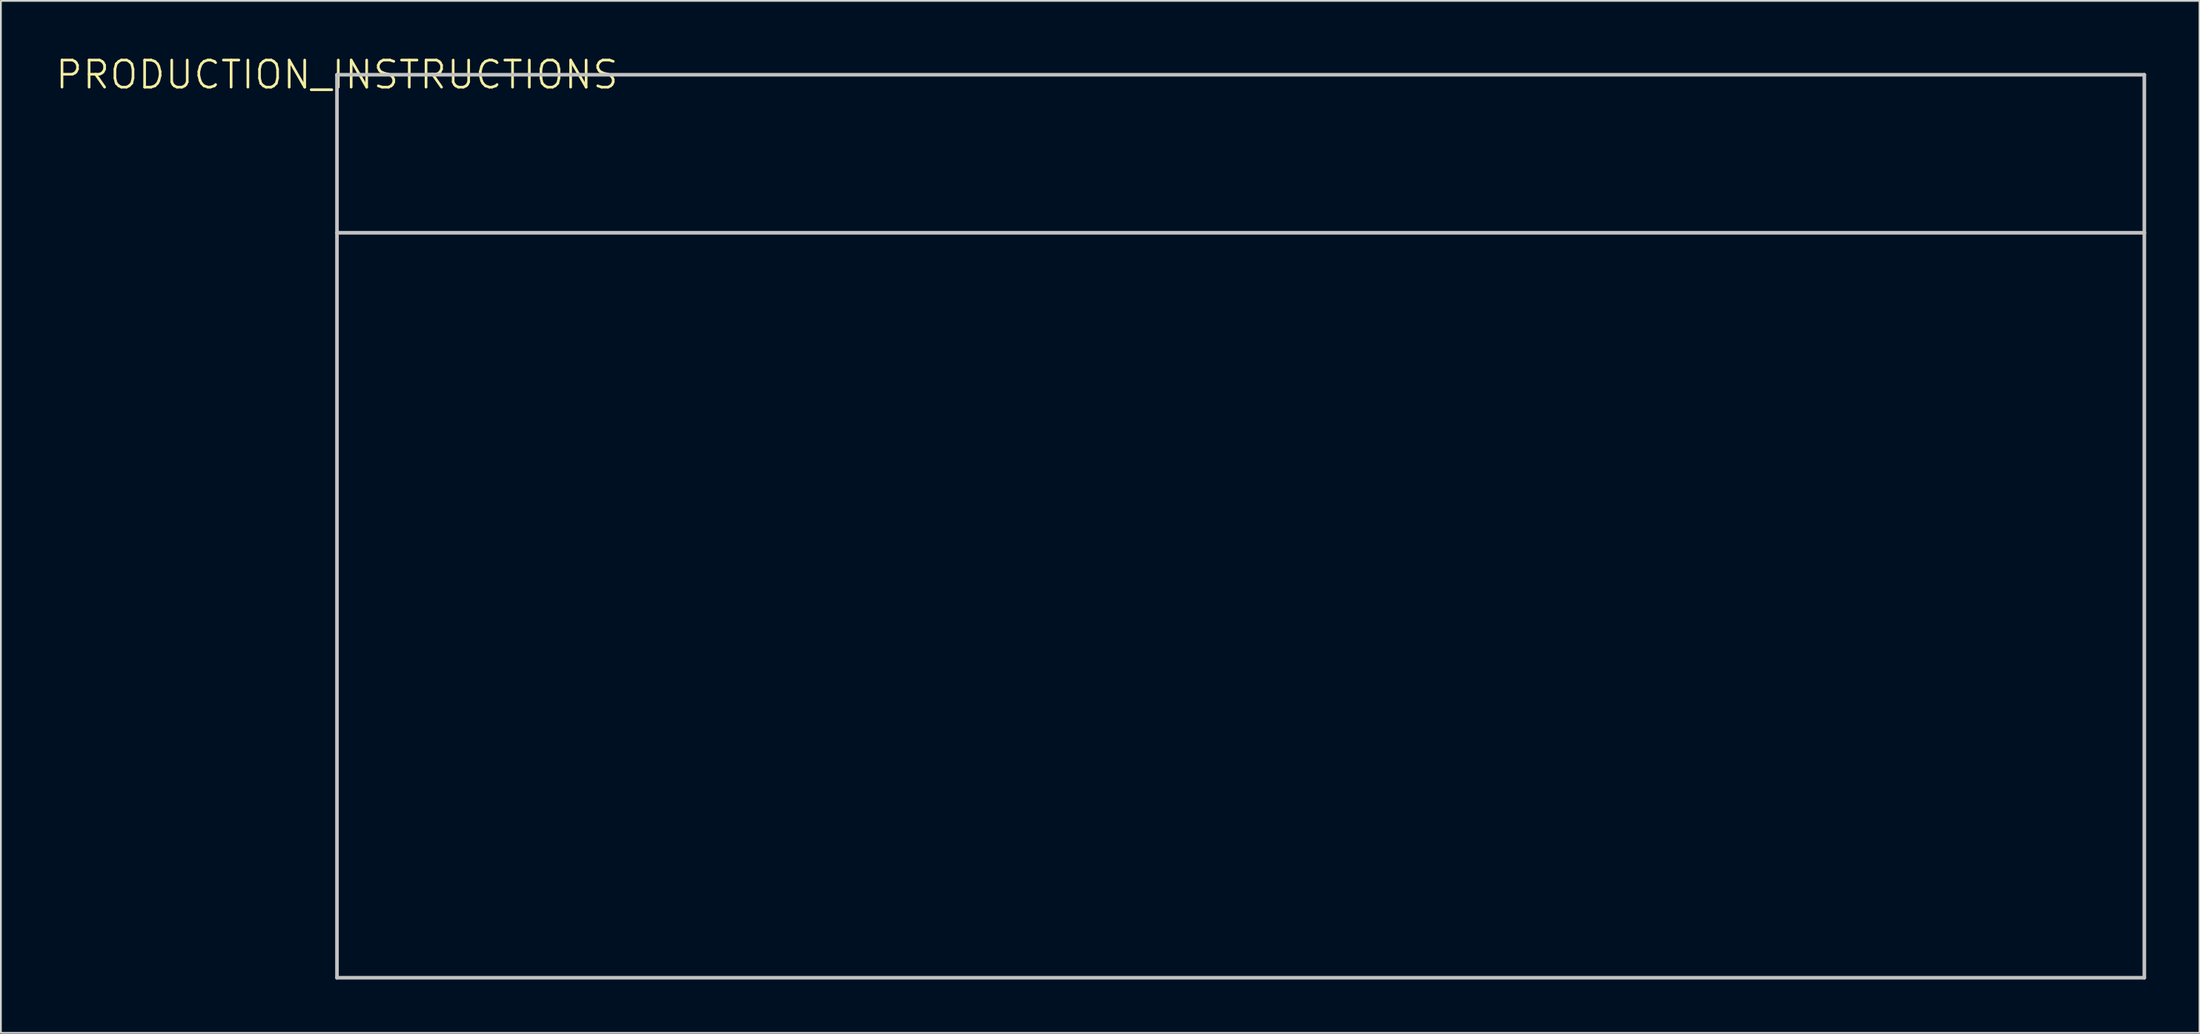
<source format=kicad_pcb>
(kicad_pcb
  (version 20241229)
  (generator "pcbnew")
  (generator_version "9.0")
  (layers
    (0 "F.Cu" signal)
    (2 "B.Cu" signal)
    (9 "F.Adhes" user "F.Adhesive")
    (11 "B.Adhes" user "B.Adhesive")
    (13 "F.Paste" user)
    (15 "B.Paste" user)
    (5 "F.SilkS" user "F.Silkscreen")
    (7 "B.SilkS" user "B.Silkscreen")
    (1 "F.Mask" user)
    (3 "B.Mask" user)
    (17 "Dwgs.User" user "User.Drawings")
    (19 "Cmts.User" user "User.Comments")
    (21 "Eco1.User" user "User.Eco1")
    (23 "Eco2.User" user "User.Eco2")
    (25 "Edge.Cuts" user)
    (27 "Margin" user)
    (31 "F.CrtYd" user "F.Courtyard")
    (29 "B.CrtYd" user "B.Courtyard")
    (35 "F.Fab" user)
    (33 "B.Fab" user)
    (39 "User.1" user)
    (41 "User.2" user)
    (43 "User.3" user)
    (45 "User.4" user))
  (footprint "PRODUCTION_INSTRUCTIONS"
    (layer "F.Cu")
    (at 15.893 1.155)
    (property "Reference" "PRODUCTION_INSTRUCTIONS" (at 0 0 0) (layer "F.SilkS") (effects (font (size 1.524 1.524) (thickness 0.15))))
    (attr exclude_from_pos_files exclude_from_bom)
    (fp_line (start 0 0) (end 101.6 0) (stroke (width 0.203) (type solid)) (layer "Dwgs.User"))
    (fp_line (start 0 8.89) (end 0 0) (stroke (width 0.203) (type solid)) (layer "Dwgs.User"))
    (fp_line (start 0 8.89) (end 101.6 8.89) (stroke (width 0.203) (type solid)) (layer "Dwgs.User"))
    (fp_line (start 0 50.8) (end 0 8.89) (stroke (width 0.203) (type solid)) (layer "Dwgs.User"))
    (fp_line (start 101.6 0) (end 101.6 8.89) (stroke (width 0.203) (type solid)) (layer "Dwgs.User"))
    (fp_line (start 101.6 8.89) (end 101.6 50.8) (stroke (width 0.203) (type solid)) (layer "Dwgs.User"))
    (fp_line (start 101.6 50.8) (end 0 50.8) (stroke (width 0.203) (type solid)) (layer "Dwgs.User")))
  (gr_rect
    (start -3 -3)
    (end 120.595 55.056)
    (stroke (width 0.1) (type default))
    (fill no)
    (layer "Edge.Cuts")))
</source>
